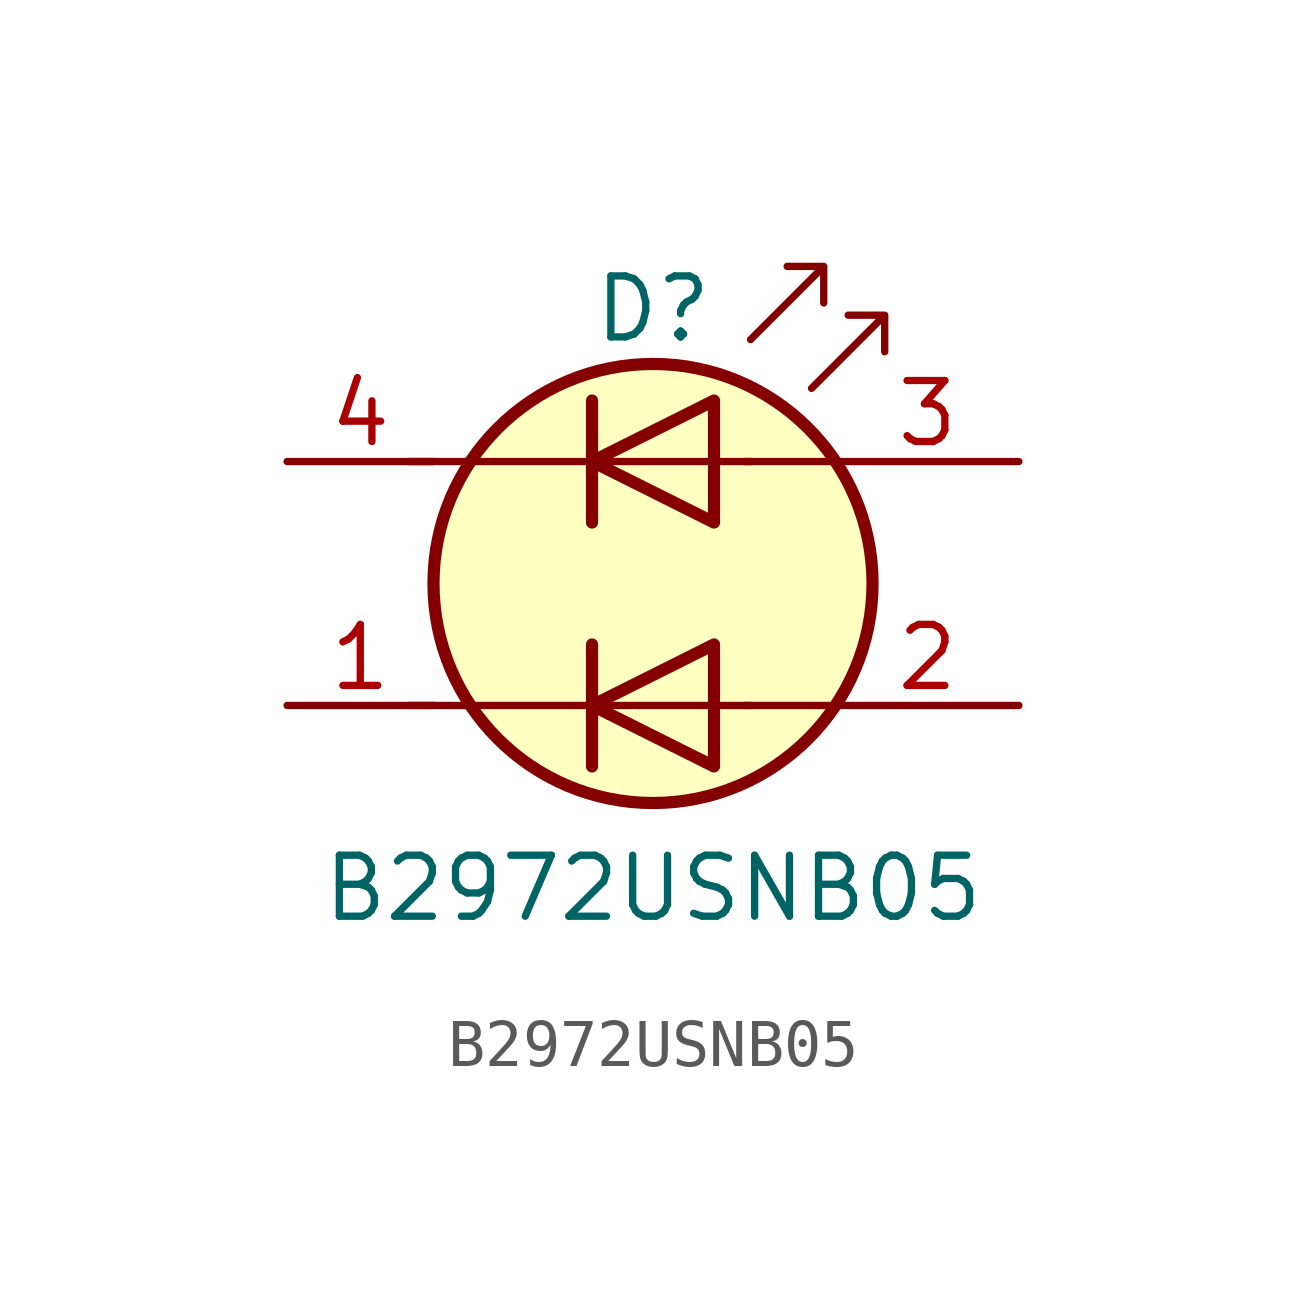
<source format=kicad_sym>
(kicad_symbol_lib
  (version 20220914)
  (generator kicad_symbol_editor)
  (symbol "B2972USNB05"
    (pin_names
      (offset 0) hide)
    (property "Reference" "D"
      (at 0 5.715 0)
      (effects (font (size 1.27 1.27))))
    (property "Value" "B2972USNB05"
      (at 0 -6.35 0)
      (effects (font (size 1.27 1.27))))
    (symbol "B2972USNB05_0_1"
      (polyline (pts (xy -5.08 -2.54) (xy 2.032 -2.54)) (stroke (width 0) (type default)) (fill (type none)))
      (polyline (pts (xy -5.08 2.54) (xy 2.032 2.54)) (stroke (width 0) (type default)) (fill (type none)))
      (polyline (pts (xy -1.27 -1.27) (xy -1.27 -3.81)) (stroke (width 0.254) (type default)) (fill (type none)))
      (polyline (pts (xy -1.27 3.81) (xy -1.27 1.27)) (stroke (width 0.254) (type default)) (fill (type none)))
      (polyline (pts (xy 3.81 -2.54) (xy 1.905 -2.54)) (stroke (width 0) (type default)) (fill (type none)))
      (polyline (pts (xy 3.81 2.54) (xy 1.905 2.54)) (stroke (width 0) (type default)) (fill (type none)))
      (polyline (pts (xy 1.27 -1.27) (xy 1.27 -3.81) (xy -1.27 -2.54) (xy 1.27 -1.27)) (stroke (width 0.254) (type default)) (fill (type none)))
      (polyline (pts (xy 1.27 3.81) (xy 1.27 1.27) (xy -1.27 2.54) (xy 1.27 3.81)) (stroke (width 0.254) (type default)) (fill (type none)))
      (polyline (pts (xy 2.032 5.08) (xy 3.556 6.604) (xy 2.794 6.604) (xy 3.556 6.604) (xy 3.556 5.842)) (stroke (width 0) (type default)) (fill (type none)))
      (polyline (pts (xy 3.302 4.064) (xy 4.826 5.588) (xy 4.064 5.588) (xy 4.826 5.588) (xy 4.826 4.826)) (stroke (width 0) (type default)) (fill (type none)))
      (circle (center 0 0) (radius 4.572) (stroke (width 0.254) (type default)) (fill (type background))))
    (symbol "B2972USNB05_1_1"
      (pin input line (at -7.62 -2.54 0) (length 3.048) (name "K1" (effects (font (size 1.27 1.27)))) (number "1" (effects (font (size 1.27 1.27)))))
      (pin input line (at 7.62 -2.54 180) (length 3.81) (name "A1" (effects (font (size 1.27 1.27)))) (number "2" (effects (font (size 1.27 1.27)))))
      (pin input line (at 7.62 2.54 180) (length 3.81) (name "A2" (effects (font (size 1.27 1.27)))) (number "3" (effects (font (size 1.27 1.27)))))
      (pin input line (at -7.62 2.54 0) (length 3.048) (name "K2" (effects (font (size 1.27 1.27)))) (number "4" (effects (font (size 1.27 1.27))))))))
</source>
